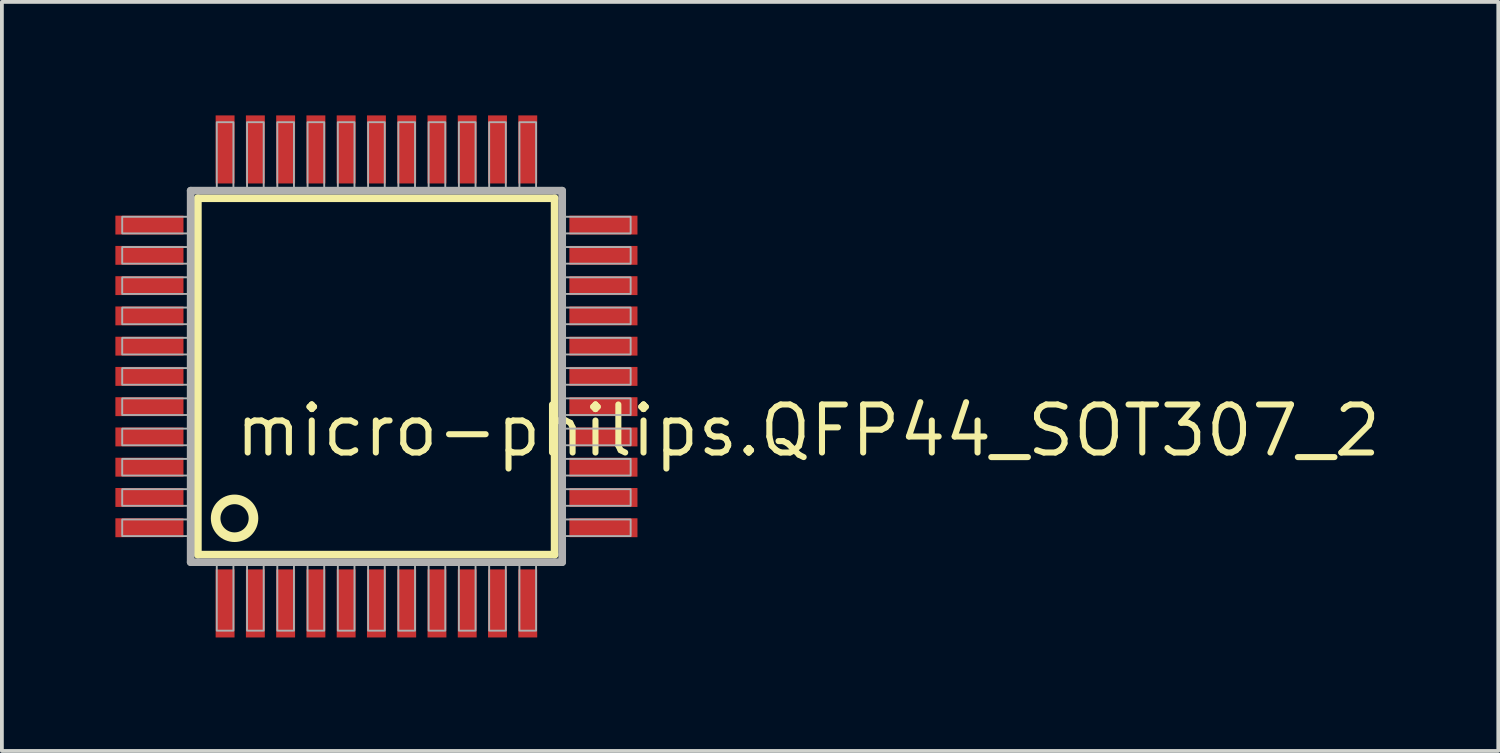
<source format=kicad_pcb>
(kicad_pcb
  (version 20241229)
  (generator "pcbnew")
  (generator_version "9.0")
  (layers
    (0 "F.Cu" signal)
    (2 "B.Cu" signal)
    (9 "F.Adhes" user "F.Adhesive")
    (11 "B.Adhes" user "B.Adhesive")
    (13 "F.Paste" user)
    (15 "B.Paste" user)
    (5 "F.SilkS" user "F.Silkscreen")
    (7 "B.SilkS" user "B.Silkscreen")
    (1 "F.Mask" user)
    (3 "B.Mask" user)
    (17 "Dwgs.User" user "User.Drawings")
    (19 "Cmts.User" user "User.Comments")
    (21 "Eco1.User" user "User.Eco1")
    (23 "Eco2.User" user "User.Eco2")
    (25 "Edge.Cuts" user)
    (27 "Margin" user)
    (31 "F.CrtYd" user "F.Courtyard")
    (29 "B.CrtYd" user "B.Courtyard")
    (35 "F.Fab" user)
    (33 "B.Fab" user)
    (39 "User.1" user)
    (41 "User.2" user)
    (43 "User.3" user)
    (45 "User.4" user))
  (footprint "micro-philips.QFP44_SOT307_2"
    (layer "F.Cu")
    (at 6.9 6.9)
    (property "Reference" "micro-philips.QFP44_SOT307_2" (at -3.81 2.175 0) (layer "F.SilkS") (effects (font (size 1.27 1.27) (thickness 0.16)) (justify left bottom)))
    (attr smd)
    (fp_line (start -4.72 -4.71) (end 4.71 -4.71) (stroke (width 0.203) (type default)) (layer "F.SilkS"))
    (fp_line (start -4.72 4.71) (end -4.72 -4.71) (stroke (width 0.203) (type default)) (layer "F.SilkS"))
    (fp_line (start 4.71 -4.71) (end 4.71 4.71) (stroke (width 0.203) (type default)) (layer "F.SilkS"))
    (fp_line (start 4.71 4.71) (end -4.72 4.71) (stroke (width 0.203) (type default)) (layer "F.SilkS"))
    (fp_circle (center -3.75 3.75) (end -3.25 3.75) (stroke (width 0.254) (type default)) (fill no) (layer "F.SilkS"))
    (fp_line (start -4.91 -4.91) (end -4.91 4.91) (stroke (width 0.203) (type default)) (layer "F.Fab"))
    (fp_line (start -4.91 4.91) (end 4.91 4.91) (stroke (width 0.203) (type default)) (layer "F.Fab"))
    (fp_line (start 4.91 -4.91) (end -4.91 -4.91) (stroke (width 0.203) (type default)) (layer "F.Fab"))
    (fp_line (start 4.91 4.91) (end 4.91 -4.91) (stroke (width 0.203) (type default)) (layer "F.Fab"))
    (fp_rect (start -6.72 -3.78) (end -4.95 -4.22) (stroke (width 0.05) (type default)) (fill no) (layer "F.Fab"))
    (fp_rect (start -6.72 -2.98) (end -4.95 -3.42) (stroke (width 0.05) (type default)) (fill no) (layer "F.Fab"))
    (fp_rect (start -6.72 -2.18) (end -4.95 -2.62) (stroke (width 0.05) (type default)) (fill no) (layer "F.Fab"))
    (fp_rect (start -6.72 -1.38) (end -4.95 -1.82) (stroke (width 0.05) (type default)) (fill no) (layer "F.Fab"))
    (fp_rect (start -6.72 -0.58) (end -4.95 -1.02) (stroke (width 0.05) (type default)) (fill no) (layer "F.Fab"))
    (fp_rect (start -6.72 0.22) (end -4.95 -0.22) (stroke (width 0.05) (type default)) (fill no) (layer "F.Fab"))
    (fp_rect (start -6.72 1.02) (end -4.95 0.58) (stroke (width 0.05) (type default)) (fill no) (layer "F.Fab"))
    (fp_rect (start -6.72 1.82) (end -4.95 1.38) (stroke (width 0.05) (type default)) (fill no) (layer "F.Fab"))
    (fp_rect (start -6.72 2.62) (end -4.95 2.18) (stroke (width 0.05) (type default)) (fill no) (layer "F.Fab"))
    (fp_rect (start -6.72 3.42) (end -4.95 2.98) (stroke (width 0.05) (type default)) (fill no) (layer "F.Fab"))
    (fp_rect (start -6.72 4.22) (end -4.95 3.78) (stroke (width 0.05) (type default)) (fill no) (layer "F.Fab"))
    (fp_rect (start -4.22 -4.95) (end -3.78 -6.72) (stroke (width 0.05) (type default)) (fill no) (layer "F.Fab"))
    (fp_rect (start -4.22 6.72) (end -3.78 4.95) (stroke (width 0.05) (type default)) (fill no) (layer "F.Fab"))
    (fp_rect (start -3.42 -4.95) (end -2.98 -6.72) (stroke (width 0.05) (type default)) (fill no) (layer "F.Fab"))
    (fp_rect (start -3.42 6.72) (end -2.98 4.95) (stroke (width 0.05) (type default)) (fill no) (layer "F.Fab"))
    (fp_rect (start -2.62 -4.95) (end -2.18 -6.72) (stroke (width 0.05) (type default)) (fill no) (layer "F.Fab"))
    (fp_rect (start -2.62 6.72) (end -2.18 4.95) (stroke (width 0.05) (type default)) (fill no) (layer "F.Fab"))
    (fp_rect (start -1.82 -4.95) (end -1.38 -6.72) (stroke (width 0.05) (type default)) (fill no) (layer "F.Fab"))
    (fp_rect (start -1.82 6.72) (end -1.38 4.95) (stroke (width 0.05) (type default)) (fill no) (layer "F.Fab"))
    (fp_rect (start -1.02 -4.95) (end -0.58 -6.72) (stroke (width 0.05) (type default)) (fill no) (layer "F.Fab"))
    (fp_rect (start -1.02 6.72) (end -0.58 4.95) (stroke (width 0.05) (type default)) (fill no) (layer "F.Fab"))
    (fp_rect (start -0.22 -4.95) (end 0.22 -6.72) (stroke (width 0.05) (type default)) (fill no) (layer "F.Fab"))
    (fp_rect (start -0.22 6.72) (end 0.22 4.95) (stroke (width 0.05) (type default)) (fill no) (layer "F.Fab"))
    (fp_rect (start 0.58 -4.95) (end 1.02 -6.72) (stroke (width 0.05) (type default)) (fill no) (layer "F.Fab"))
    (fp_rect (start 0.58 6.72) (end 1.02 4.95) (stroke (width 0.05) (type default)) (fill no) (layer "F.Fab"))
    (fp_rect (start 1.38 -4.95) (end 1.82 -6.72) (stroke (width 0.05) (type default)) (fill no) (layer "F.Fab"))
    (fp_rect (start 1.38 6.72) (end 1.82 4.95) (stroke (width 0.05) (type default)) (fill no) (layer "F.Fab"))
    (fp_rect (start 2.18 -4.95) (end 2.62 -6.72) (stroke (width 0.05) (type default)) (fill no) (layer "F.Fab"))
    (fp_rect (start 2.18 6.72) (end 2.62 4.95) (stroke (width 0.05) (type default)) (fill no) (layer "F.Fab"))
    (fp_rect (start 2.98 -4.95) (end 3.42 -6.72) (stroke (width 0.05) (type default)) (fill no) (layer "F.Fab"))
    (fp_rect (start 2.98 6.72) (end 3.42 4.95) (stroke (width 0.05) (type default)) (fill no) (layer "F.Fab"))
    (fp_rect (start 3.78 -4.95) (end 4.22 -6.72) (stroke (width 0.05) (type default)) (fill no) (layer "F.Fab"))
    (fp_rect (start 3.78 6.72) (end 4.22 4.95) (stroke (width 0.05) (type default)) (fill no) (layer "F.Fab"))
    (fp_rect (start 4.95 -3.78) (end 6.72 -4.22) (stroke (width 0.05) (type default)) (fill no) (layer "F.Fab"))
    (fp_rect (start 4.95 -2.98) (end 6.72 -3.42) (stroke (width 0.05) (type default)) (fill no) (layer "F.Fab"))
    (fp_rect (start 4.95 -2.18) (end 6.72 -2.62) (stroke (width 0.05) (type default)) (fill no) (layer "F.Fab"))
    (fp_rect (start 4.95 -1.38) (end 6.72 -1.82) (stroke (width 0.05) (type default)) (fill no) (layer "F.Fab"))
    (fp_rect (start 4.95 -0.58) (end 6.72 -1.02) (stroke (width 0.05) (type default)) (fill no) (layer "F.Fab"))
    (fp_rect (start 4.95 0.22) (end 6.72 -0.22) (stroke (width 0.05) (type default)) (fill no) (layer "F.Fab"))
    (fp_rect (start 4.95 1.02) (end 6.72 0.58) (stroke (width 0.05) (type default)) (fill no) (layer "F.Fab"))
    (fp_rect (start 4.95 1.82) (end 6.72 1.38) (stroke (width 0.05) (type default)) (fill no) (layer "F.Fab"))
    (fp_rect (start 4.95 2.62) (end 6.72 2.18) (stroke (width 0.05) (type default)) (fill no) (layer "F.Fab"))
    (fp_rect (start 4.95 3.42) (end 6.72 2.98) (stroke (width 0.05) (type default)) (fill no) (layer "F.Fab"))
    (fp_rect (start 4.95 4.22) (end 6.72 3.78) (stroke (width 0.05) (type default)) (fill no) (layer "F.Fab"))
    (pad "1" smd roundrect (at -4 6) (size 0.5 1.8) (layers "F.Cu" "F.Mask" "F.Paste") (roundrect_rratio 0.01))
    (pad "2" smd roundrect (at -3.2 6) (size 0.5 1.8) (layers "F.Cu" "F.Mask" "F.Paste") (roundrect_rratio 0.01))
    (pad "3" smd roundrect (at -2.4 6) (size 0.5 1.8) (layers "F.Cu" "F.Mask" "F.Paste") (roundrect_rratio 0.01))
    (pad "4" smd roundrect (at -1.6 6) (size 0.5 1.8) (layers "F.Cu" "F.Mask" "F.Paste") (roundrect_rratio 0.01))
    (pad "5" smd roundrect (at -0.8 6) (size 0.5 1.8) (layers "F.Cu" "F.Mask" "F.Paste") (roundrect_rratio 0.01))
    (pad "6" smd roundrect (at 0 6) (size 0.5 1.8) (layers "F.Cu" "F.Mask" "F.Paste") (roundrect_rratio 0.01))
    (pad "7" smd roundrect (at 0.8 6) (size 0.5 1.8) (layers "F.Cu" "F.Mask" "F.Paste") (roundrect_rratio 0.01))
    (pad "8" smd roundrect (at 1.6 6) (size 0.5 1.8) (layers "F.Cu" "F.Mask" "F.Paste") (roundrect_rratio 0.01))
    (pad "9" smd roundrect (at 2.4 6) (size 0.5 1.8) (layers "F.Cu" "F.Mask" "F.Paste") (roundrect_rratio 0.01))
    (pad "10" smd roundrect (at 3.2 6) (size 0.5 1.8) (layers "F.Cu" "F.Mask" "F.Paste") (roundrect_rratio 0.01))
    (pad "11" smd roundrect (at 4 6) (size 0.5 1.8) (layers "F.Cu" "F.Mask" "F.Paste") (roundrect_rratio 0.01))
    (pad "12" smd roundrect (at 6 4) (size 1.8 0.5) (layers "F.Cu" "F.Mask" "F.Paste") (roundrect_rratio 0.01))
    (pad "13" smd roundrect (at 6 3.2) (size 1.8 0.5) (layers "F.Cu" "F.Mask" "F.Paste") (roundrect_rratio 0.01))
    (pad "14" smd roundrect (at 6 2.4) (size 1.8 0.5) (layers "F.Cu" "F.Mask" "F.Paste") (roundrect_rratio 0.01))
    (pad "15" smd roundrect (at 6 1.6) (size 1.8 0.5) (layers "F.Cu" "F.Mask" "F.Paste") (roundrect_rratio 0.01))
    (pad "16" smd roundrect (at 6 0.8) (size 1.8 0.5) (layers "F.Cu" "F.Mask" "F.Paste") (roundrect_rratio 0.01))
    (pad "17" smd roundrect (at 6 0) (size 1.8 0.5) (layers "F.Cu" "F.Mask" "F.Paste") (roundrect_rratio 0.01))
    (pad "18" smd roundrect (at 6 -0.8) (size 1.8 0.5) (layers "F.Cu" "F.Mask" "F.Paste") (roundrect_rratio 0.01))
    (pad "19" smd roundrect (at 6 -1.6) (size 1.8 0.5) (layers "F.Cu" "F.Mask" "F.Paste") (roundrect_rratio 0.01))
    (pad "20" smd roundrect (at 6 -2.4) (size 1.8 0.5) (layers "F.Cu" "F.Mask" "F.Paste") (roundrect_rratio 0.01))
    (pad "21" smd roundrect (at 6 -3.2) (size 1.8 0.5) (layers "F.Cu" "F.Mask" "F.Paste") (roundrect_rratio 0.01))
    (pad "22" smd roundrect (at 6 -4) (size 1.8 0.5) (layers "F.Cu" "F.Mask" "F.Paste") (roundrect_rratio 0.01))
    (pad "23" smd roundrect (at 4 -6) (size 0.5 1.8) (layers "F.Cu" "F.Mask" "F.Paste") (roundrect_rratio 0.01))
    (pad "24" smd roundrect (at 3.2 -6) (size 0.5 1.8) (layers "F.Cu" "F.Mask" "F.Paste") (roundrect_rratio 0.01))
    (pad "25" smd roundrect (at 2.4 -6) (size 0.5 1.8) (layers "F.Cu" "F.Mask" "F.Paste") (roundrect_rratio 0.01))
    (pad "26" smd roundrect (at 1.6 -6) (size 0.5 1.8) (layers "F.Cu" "F.Mask" "F.Paste") (roundrect_rratio 0.01))
    (pad "27" smd roundrect (at 0.8 -6) (size 0.5 1.8) (layers "F.Cu" "F.Mask" "F.Paste") (roundrect_rratio 0.01))
    (pad "28" smd roundrect (at 0 -6) (size 0.5 1.8) (layers "F.Cu" "F.Mask" "F.Paste") (roundrect_rratio 0.01))
    (pad "29" smd roundrect (at -0.8 -6) (size 0.5 1.8) (layers "F.Cu" "F.Mask" "F.Paste") (roundrect_rratio 0.01))
    (pad "30" smd roundrect (at -1.6 -6) (size 0.5 1.8) (layers "F.Cu" "F.Mask" "F.Paste") (roundrect_rratio 0.01))
    (pad "31" smd roundrect (at -2.4 -6) (size 0.5 1.8) (layers "F.Cu" "F.Mask" "F.Paste") (roundrect_rratio 0.01))
    (pad "32" smd roundrect (at -3.2 -6) (size 0.5 1.8) (layers "F.Cu" "F.Mask" "F.Paste") (roundrect_rratio 0.01))
    (pad "33" smd roundrect (at -4 -6) (size 0.5 1.8) (layers "F.Cu" "F.Mask" "F.Paste") (roundrect_rratio 0.01))
    (pad "34" smd roundrect (at -6 -4) (size 1.8 0.5) (layers "F.Cu" "F.Mask" "F.Paste") (roundrect_rratio 0.01))
    (pad "35" smd roundrect (at -6 -3.2) (size 1.8 0.5) (layers "F.Cu" "F.Mask" "F.Paste") (roundrect_rratio 0.01))
    (pad "36" smd roundrect (at -6 -2.4) (size 1.8 0.5) (layers "F.Cu" "F.Mask" "F.Paste") (roundrect_rratio 0.01))
    (pad "37" smd roundrect (at -6 -1.6) (size 1.8 0.5) (layers "F.Cu" "F.Mask" "F.Paste") (roundrect_rratio 0.01))
    (pad "38" smd roundrect (at -6 -0.8) (size 1.8 0.5) (layers "F.Cu" "F.Mask" "F.Paste") (roundrect_rratio 0.01))
    (pad "39" smd roundrect (at -6 0) (size 1.8 0.5) (layers "F.Cu" "F.Mask" "F.Paste") (roundrect_rratio 0.01))
    (pad "40" smd roundrect (at -6 0.8) (size 1.8 0.5) (layers "F.Cu" "F.Mask" "F.Paste") (roundrect_rratio 0.01))
    (pad "41" smd roundrect (at -6 1.6) (size 1.8 0.5) (layers "F.Cu" "F.Mask" "F.Paste") (roundrect_rratio 0.01))
    (pad "42" smd roundrect (at -6 2.4) (size 1.8 0.5) (layers "F.Cu" "F.Mask" "F.Paste") (roundrect_rratio 0.01))
    (pad "43" smd roundrect (at -6 3.2) (size 1.8 0.5) (layers "F.Cu" "F.Mask" "F.Paste") (roundrect_rratio 0.01))
    (pad "44" smd roundrect (at -6 4) (size 1.8 0.5) (layers "F.Cu" "F.Mask" "F.Paste") (roundrect_rratio 0.01)))
  (gr_rect
    (start -3 -3)
    (end 36.554 16.8)
    (stroke (width 0.1) (type default))
    (fill no)
    (layer "Edge.Cuts")))
</source>
